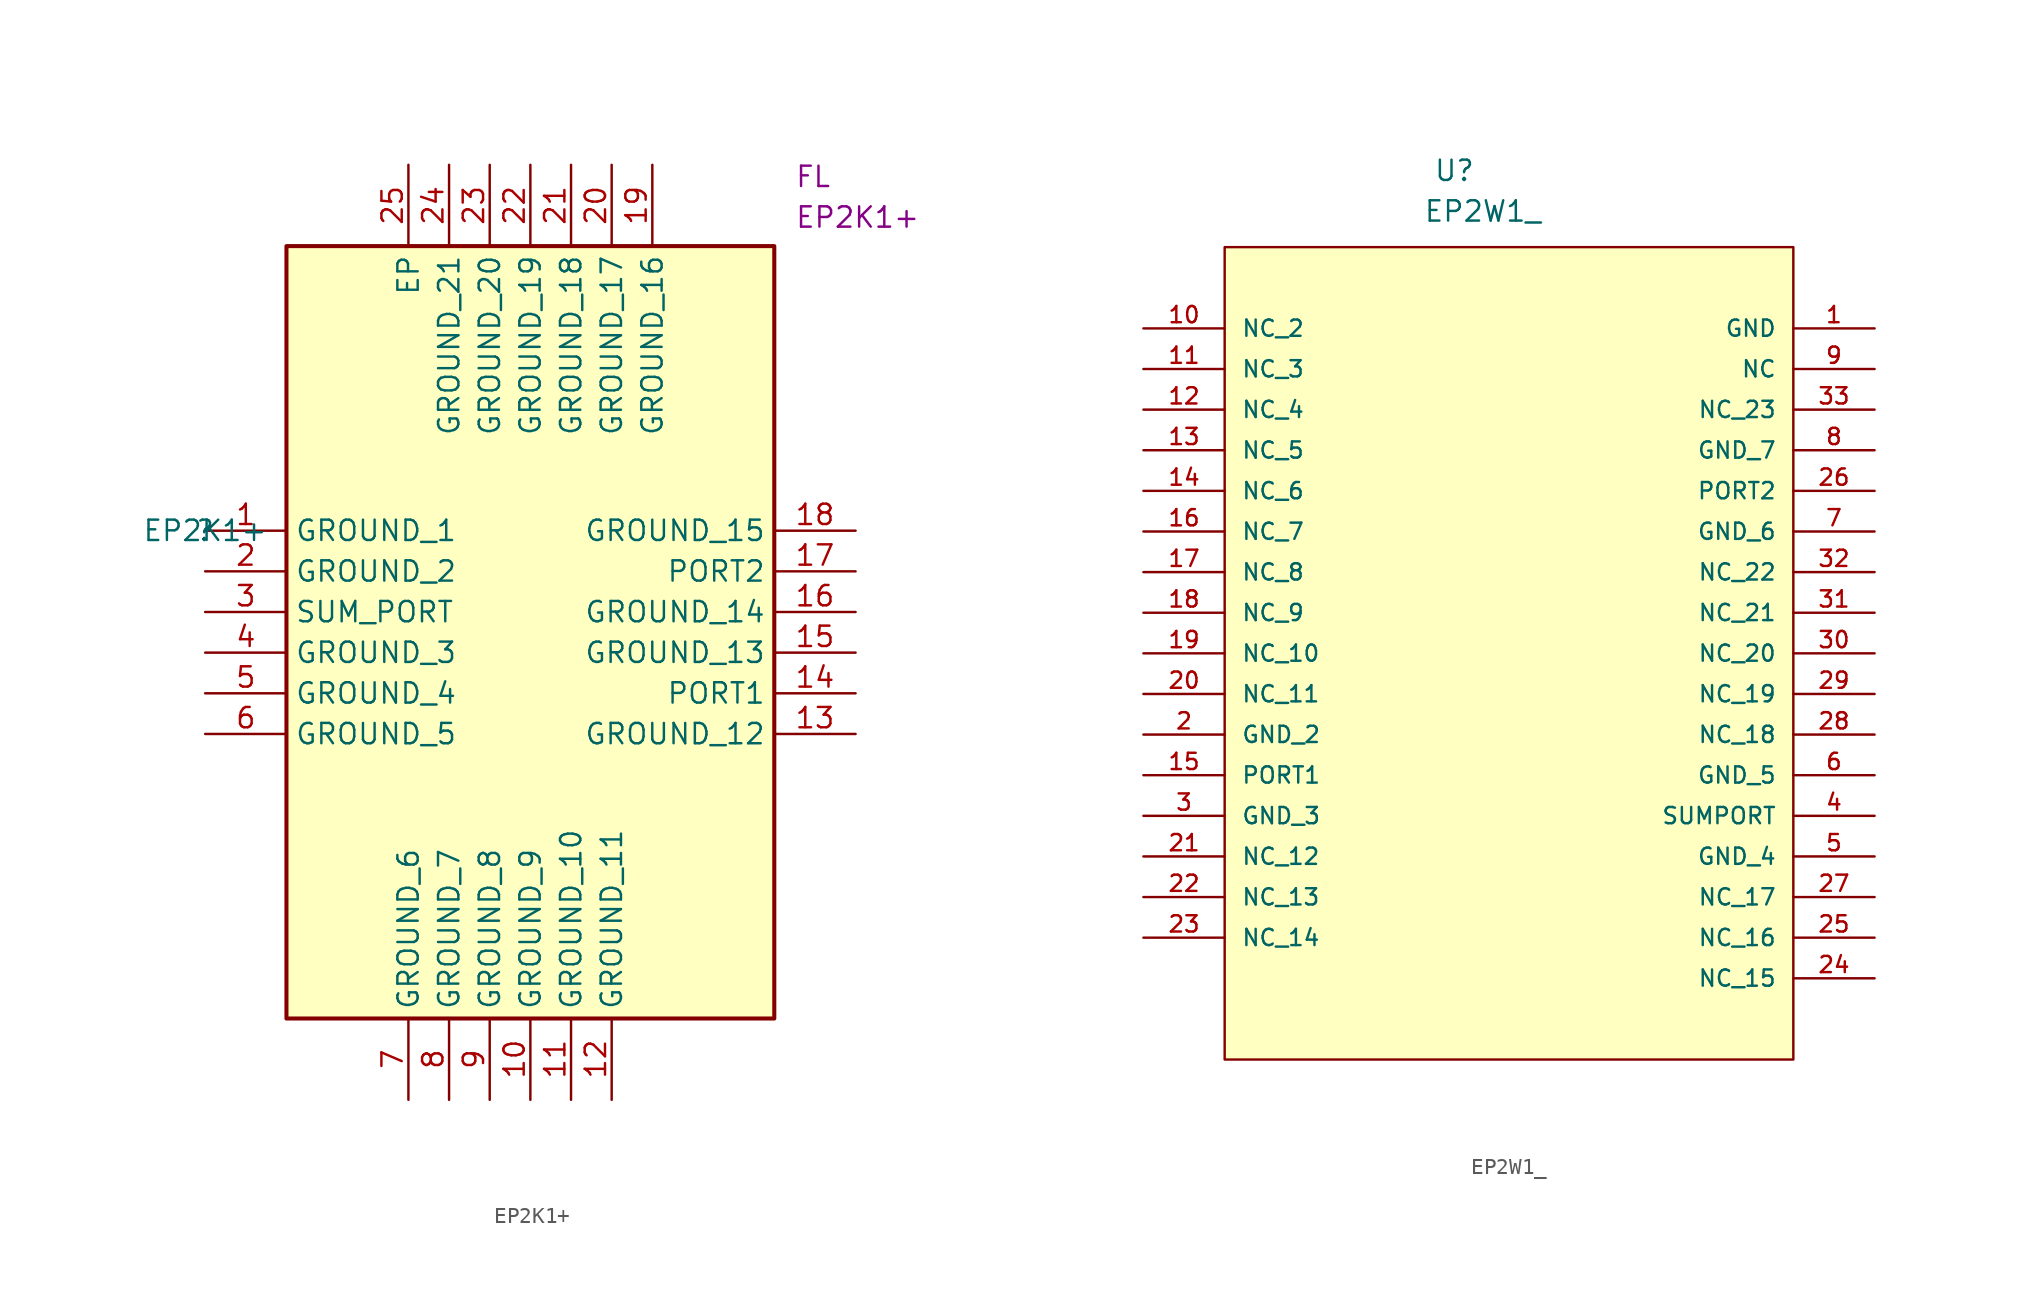
<source format=kicad_sym>
(kicad_symbol_lib
  (version 20211014)
  (generator kicad_symbol_editor)
  (symbol "EP2K1+"
    (property "Reference" ""
      (at 0 0 0)
      (effects (font (size 1.27 1.27))))
    (property "Value" "EP2K1+"
      (at 0 0 0)
      (effects (font (size 1.27 1.27))))
    (property "Reference_1" "FL"
      (at 36.83 22.86 0)
      (effects (font (size 1.27 1.27)) (justify left top)))
    (property "Value_1" "EP2K1+"
      (at 36.83 20.32 0)
      (effects (font (size 1.27 1.27)) (justify left top)))
    (symbol "EP2K1+_1_1"
      (rectangle (start 5.08 17.78) (end 35.56 -30.48) (stroke (width 0.254) (type default) (color 0 0 0 0)) (fill (type background)))
      (pin passive line (at 0 0 0) (length 5.08) (name "GROUND_1" (effects (font (size 1.27 1.27)))) (number "1" (effects (font (size 1.27 1.27)))))
      (pin passive line (at 20.32 -35.56 90) (length 5.08) (name "GROUND_9" (effects (font (size 1.27 1.27)))) (number "10" (effects (font (size 1.27 1.27)))))
      (pin passive line (at 22.86 -35.56 90) (length 5.08) (name "GROUND_10" (effects (font (size 1.27 1.27)))) (number "11" (effects (font (size 1.27 1.27)))))
      (pin passive line (at 25.4 -35.56 90) (length 5.08) (name "GROUND_11" (effects (font (size 1.27 1.27)))) (number "12" (effects (font (size 1.27 1.27)))))
      (pin passive line (at 40.64 -12.7 180) (length 5.08) (name "GROUND_12" (effects (font (size 1.27 1.27)))) (number "13" (effects (font (size 1.27 1.27)))))
      (pin passive line (at 40.64 -10.16 180) (length 5.08) (name "PORT1" (effects (font (size 1.27 1.27)))) (number "14" (effects (font (size 1.27 1.27)))))
      (pin passive line (at 40.64 -7.62 180) (length 5.08) (name "GROUND_13" (effects (font (size 1.27 1.27)))) (number "15" (effects (font (size 1.27 1.27)))))
      (pin passive line (at 40.64 -5.08 180) (length 5.08) (name "GROUND_14" (effects (font (size 1.27 1.27)))) (number "16" (effects (font (size 1.27 1.27)))))
      (pin passive line (at 40.64 -2.54 180) (length 5.08) (name "PORT2" (effects (font (size 1.27 1.27)))) (number "17" (effects (font (size 1.27 1.27)))))
      (pin passive line (at 40.64 0 180) (length 5.08) (name "GROUND_15" (effects (font (size 1.27 1.27)))) (number "18" (effects (font (size 1.27 1.27)))))
      (pin passive line (at 27.94 22.86 270) (length 5.08) (name "GROUND_16" (effects (font (size 1.27 1.27)))) (number "19" (effects (font (size 1.27 1.27)))))
      (pin passive line (at 0 -2.54 0) (length 5.08) (name "GROUND_2" (effects (font (size 1.27 1.27)))) (number "2" (effects (font (size 1.27 1.27)))))
      (pin passive line (at 25.4 22.86 270) (length 5.08) (name "GROUND_17" (effects (font (size 1.27 1.27)))) (number "20" (effects (font (size 1.27 1.27)))))
      (pin passive line (at 22.86 22.86 270) (length 5.08) (name "GROUND_18" (effects (font (size 1.27 1.27)))) (number "21" (effects (font (size 1.27 1.27)))))
      (pin passive line (at 20.32 22.86 270) (length 5.08) (name "GROUND_19" (effects (font (size 1.27 1.27)))) (number "22" (effects (font (size 1.27 1.27)))))
      (pin passive line (at 17.78 22.86 270) (length 5.08) (name "GROUND_20" (effects (font (size 1.27 1.27)))) (number "23" (effects (font (size 1.27 1.27)))))
      (pin passive line (at 15.24 22.86 270) (length 5.08) (name "GROUND_21" (effects (font (size 1.27 1.27)))) (number "24" (effects (font (size 1.27 1.27)))))
      (pin passive line (at 12.7 22.86 270) (length 5.08) (name "EP" (effects (font (size 1.27 1.27)))) (number "25" (effects (font (size 1.27 1.27)))))
      (pin passive line (at 0 -5.08 0) (length 5.08) (name "SUM_PORT" (effects (font (size 1.27 1.27)))) (number "3" (effects (font (size 1.27 1.27)))))
      (pin passive line (at 0 -7.62 0) (length 5.08) (name "GROUND_3" (effects (font (size 1.27 1.27)))) (number "4" (effects (font (size 1.27 1.27)))))
      (pin passive line (at 0 -10.16 0) (length 5.08) (name "GROUND_4" (effects (font (size 1.27 1.27)))) (number "5" (effects (font (size 1.27 1.27)))))
      (pin passive line (at 0 -12.7 0) (length 5.08) (name "GROUND_5" (effects (font (size 1.27 1.27)))) (number "6" (effects (font (size 1.27 1.27)))))
      (pin passive line (at 12.7 -35.56 90) (length 5.08) (name "GROUND_6" (effects (font (size 1.27 1.27)))) (number "7" (effects (font (size 1.27 1.27)))))
      (pin passive line (at 15.24 -35.56 90) (length 5.08) (name "GROUND_7" (effects (font (size 1.27 1.27)))) (number "8" (effects (font (size 1.27 1.27)))))
      (pin passive line (at 17.78 -35.56 90) (length 5.08) (name "GROUND_8" (effects (font (size 1.27 1.27)))) (number "9" (effects (font (size 1.27 1.27)))))))
  (symbol "EP2W1_"
    (pin_names
      (offset 1.016))
    (property "Reference" "U"
      (at 20.676 9.119 0)
      (effects (font (size 1.27 1.27)) (justify left bottom)))
    (property "Value" "EP2W1_"
      (at 20.041 6.579 0)
      (effects (font (size 1.27 1.27)) (justify left bottom)))
    (symbol "EP2W1__0_0"
      (rectangle (start 7.62 -45.72) (end 43.18 5.08) (stroke (width 0.152) (type default) (color 0 0 0 0)) (fill (type background)))
      (pin bidirectional line (at 48.26 0 180) (length 5.08) (name "GND" (effects (font (size 1.016 1.016)))) (number "1" (effects (font (size 1.016 1.016)))))
      (pin bidirectional line (at 2.54 0 0) (length 5.08) (name "NC_2" (effects (font (size 1.016 1.016)))) (number "10" (effects (font (size 1.016 1.016)))))
      (pin bidirectional line (at 2.54 -2.54 0) (length 5.08) (name "NC_3" (effects (font (size 1.016 1.016)))) (number "11" (effects (font (size 1.016 1.016)))))
      (pin bidirectional line (at 2.54 -5.08 0) (length 5.08) (name "NC_4" (effects (font (size 1.016 1.016)))) (number "12" (effects (font (size 1.016 1.016)))))
      (pin bidirectional line (at 2.54 -7.62 0) (length 5.08) (name "NC_5" (effects (font (size 1.016 1.016)))) (number "13" (effects (font (size 1.016 1.016)))))
      (pin bidirectional line (at 2.54 -10.16 0) (length 5.08) (name "NC_6" (effects (font (size 1.016 1.016)))) (number "14" (effects (font (size 1.016 1.016)))))
      (pin bidirectional line (at 2.54 -27.94 0) (length 5.08) (name "PORT1" (effects (font (size 1.016 1.016)))) (number "15" (effects (font (size 1.016 1.016)))))
      (pin bidirectional line (at 2.54 -12.7 0) (length 5.08) (name "NC_7" (effects (font (size 1.016 1.016)))) (number "16" (effects (font (size 1.016 1.016)))))
      (pin bidirectional line (at 2.54 -15.24 0) (length 5.08) (name "NC_8" (effects (font (size 1.016 1.016)))) (number "17" (effects (font (size 1.016 1.016)))))
      (pin bidirectional line (at 2.54 -17.78 0) (length 5.08) (name "NC_9" (effects (font (size 1.016 1.016)))) (number "18" (effects (font (size 1.016 1.016)))))
      (pin bidirectional line (at 2.54 -20.32 0) (length 5.08) (name "NC_10" (effects (font (size 1.016 1.016)))) (number "19" (effects (font (size 1.016 1.016)))))
      (pin bidirectional line (at 2.54 -25.4 0) (length 5.08) (name "GND_2" (effects (font (size 1.016 1.016)))) (number "2" (effects (font (size 1.016 1.016)))))
      (pin bidirectional line (at 2.54 -22.86 0) (length 5.08) (name "NC_11" (effects (font (size 1.016 1.016)))) (number "20" (effects (font (size 1.016 1.016)))))
      (pin bidirectional line (at 2.54 -33.02 0) (length 5.08) (name "NC_12" (effects (font (size 1.016 1.016)))) (number "21" (effects (font (size 1.016 1.016)))))
      (pin bidirectional line (at 2.54 -35.56 0) (length 5.08) (name "NC_13" (effects (font (size 1.016 1.016)))) (number "22" (effects (font (size 1.016 1.016)))))
      (pin bidirectional line (at 2.54 -38.1 0) (length 5.08) (name "NC_14" (effects (font (size 1.016 1.016)))) (number "23" (effects (font (size 1.016 1.016)))))
      (pin bidirectional line (at 48.26 -40.64 180) (length 5.08) (name "NC_15" (effects (font (size 1.016 1.016)))) (number "24" (effects (font (size 1.016 1.016)))))
      (pin bidirectional line (at 48.26 -38.1 180) (length 5.08) (name "NC_16" (effects (font (size 1.016 1.016)))) (number "25" (effects (font (size 1.016 1.016)))))
      (pin bidirectional line (at 48.26 -10.16 180) (length 5.08) (name "PORT2" (effects (font (size 1.016 1.016)))) (number "26" (effects (font (size 1.016 1.016)))))
      (pin bidirectional line (at 48.26 -35.56 180) (length 5.08) (name "NC_17" (effects (font (size 1.016 1.016)))) (number "27" (effects (font (size 1.016 1.016)))))
      (pin bidirectional line (at 48.26 -25.4 180) (length 5.08) (name "NC_18" (effects (font (size 1.016 1.016)))) (number "28" (effects (font (size 1.016 1.016)))))
      (pin bidirectional line (at 48.26 -22.86 180) (length 5.08) (name "NC_19" (effects (font (size 1.016 1.016)))) (number "29" (effects (font (size 1.016 1.016)))))
      (pin bidirectional line (at 2.54 -30.48 0) (length 5.08) (name "GND_3" (effects (font (size 1.016 1.016)))) (number "3" (effects (font (size 1.016 1.016)))))
      (pin bidirectional line (at 48.26 -20.32 180) (length 5.08) (name "NC_20" (effects (font (size 1.016 1.016)))) (number "30" (effects (font (size 1.016 1.016)))))
      (pin bidirectional line (at 48.26 -17.78 180) (length 5.08) (name "NC_21" (effects (font (size 1.016 1.016)))) (number "31" (effects (font (size 1.016 1.016)))))
      (pin bidirectional line (at 48.26 -15.24 180) (length 5.08) (name "NC_22" (effects (font (size 1.016 1.016)))) (number "32" (effects (font (size 1.016 1.016)))))
      (pin bidirectional line (at 48.26 -5.08 180) (length 5.08) (name "NC_23" (effects (font (size 1.016 1.016)))) (number "33" (effects (font (size 1.016 1.016)))))
      (pin bidirectional line (at 48.26 -30.48 180) (length 5.08) (name "SUMPORT" (effects (font (size 1.016 1.016)))) (number "4" (effects (font (size 1.016 1.016)))))
      (pin bidirectional line (at 48.26 -33.02 180) (length 5.08) (name "GND_4" (effects (font (size 1.016 1.016)))) (number "5" (effects (font (size 1.016 1.016)))))
      (pin bidirectional line (at 48.26 -27.94 180) (length 5.08) (name "GND_5" (effects (font (size 1.016 1.016)))) (number "6" (effects (font (size 1.016 1.016)))))
      (pin bidirectional line (at 48.26 -12.7 180) (length 5.08) (name "GND_6" (effects (font (size 1.016 1.016)))) (number "7" (effects (font (size 1.016 1.016)))))
      (pin bidirectional line (at 48.26 -7.62 180) (length 5.08) (name "GND_7" (effects (font (size 1.016 1.016)))) (number "8" (effects (font (size 1.016 1.016)))))
      (pin bidirectional line (at 48.26 -2.54 180) (length 5.08) (name "NC" (effects (font (size 1.016 1.016)))) (number "9" (effects (font (size 1.016 1.016))))))))
</source>
